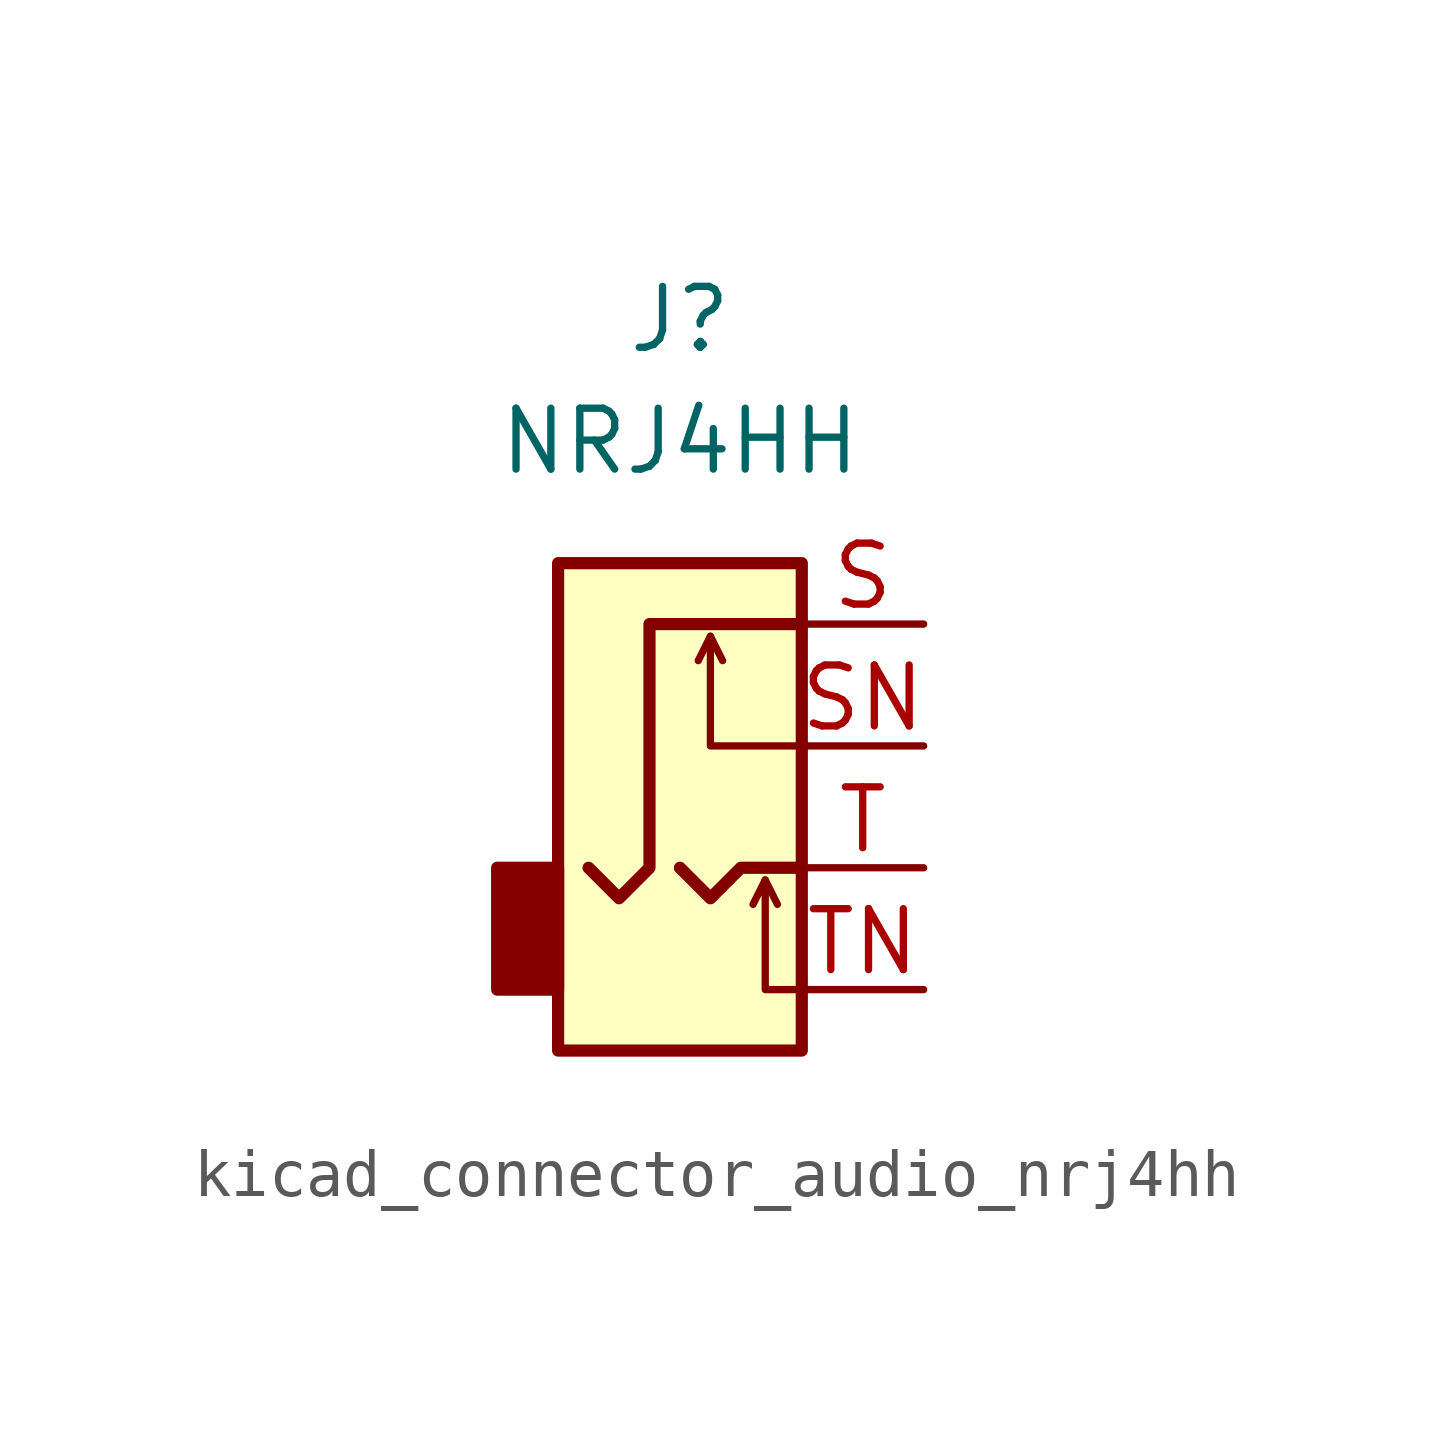
<source format=kicad_sym>
(kicad_symbol_lib
  (version 20220914)
  (generator kicad_symbol_editor)
  (symbol "kicad_connector_audio_nrj4hh"
    (property "Reference" "J"
      (at 0 11.43 0)
      (effects (font (size 1.27 1.27))))
    (property "Value" "NRJ4HH"
      (at 0 8.89 0)
      (effects (font (size 1.27 1.27))))
    (symbol "kicad_connector_audio_nrj4hh_0_1"
      (rectangle (start -2.54 0) (end -3.81 -2.54) (stroke (width 0.254) (type default)) (fill (type outline)))
      (rectangle (start 2.54 6.35) (end -2.54 -3.81) (stroke (width 0.254) (type default)) (fill (type background))))
    (symbol "kicad_connector_audio_nrj4hh_1_1"
      (polyline (pts (xy 0.635 4.826) (xy 0.889 4.318)) (stroke (width 0) (type default)) (fill (type none)))
      (polyline (pts (xy 1.778 -0.254) (xy 2.032 -0.762)) (stroke (width 0) (type default)) (fill (type none)))
      (polyline (pts (xy 0 0) (xy 0.635 -0.635) (xy 1.27 0) (xy 2.54 0)) (stroke (width 0.254) (type default)) (fill (type none)))
      (polyline (pts (xy 2.54 -2.54) (xy 1.778 -2.54) (xy 1.778 -0.254) (xy 1.524 -0.762)) (stroke (width 0) (type default)) (fill (type none)))
      (polyline (pts (xy 2.54 2.54) (xy 0.635 2.54) (xy 0.635 4.826) (xy 0.381 4.318)) (stroke (width 0) (type default)) (fill (type none)))
      (polyline (pts (xy 2.54 5.08) (xy -0.635 5.08) (xy -0.635 0) (xy -1.27 -0.635) (xy -1.905 0)) (stroke (width 0.254) (type default)) (fill (type none)))
      (pin passive line (at 5.08 5.08 180) (length 2.54) (name "~" (effects (font (size 1.27 1.27)))) (number "S" (effects (font (size 1.27 1.27)))))
      (pin passive line (at 5.08 2.54 180) (length 2.54) (name "~" (effects (font (size 1.27 1.27)))) (number "SN" (effects (font (size 1.27 1.27)))))
      (pin passive line (at 5.08 0 180) (length 2.54) (name "~" (effects (font (size 1.27 1.27)))) (number "T" (effects (font (size 1.27 1.27)))))
      (pin passive line (at 5.08 -2.54 180) (length 2.54) (name "~" (effects (font (size 1.27 1.27)))) (number "TN" (effects (font (size 1.27 1.27))))))))
</source>
